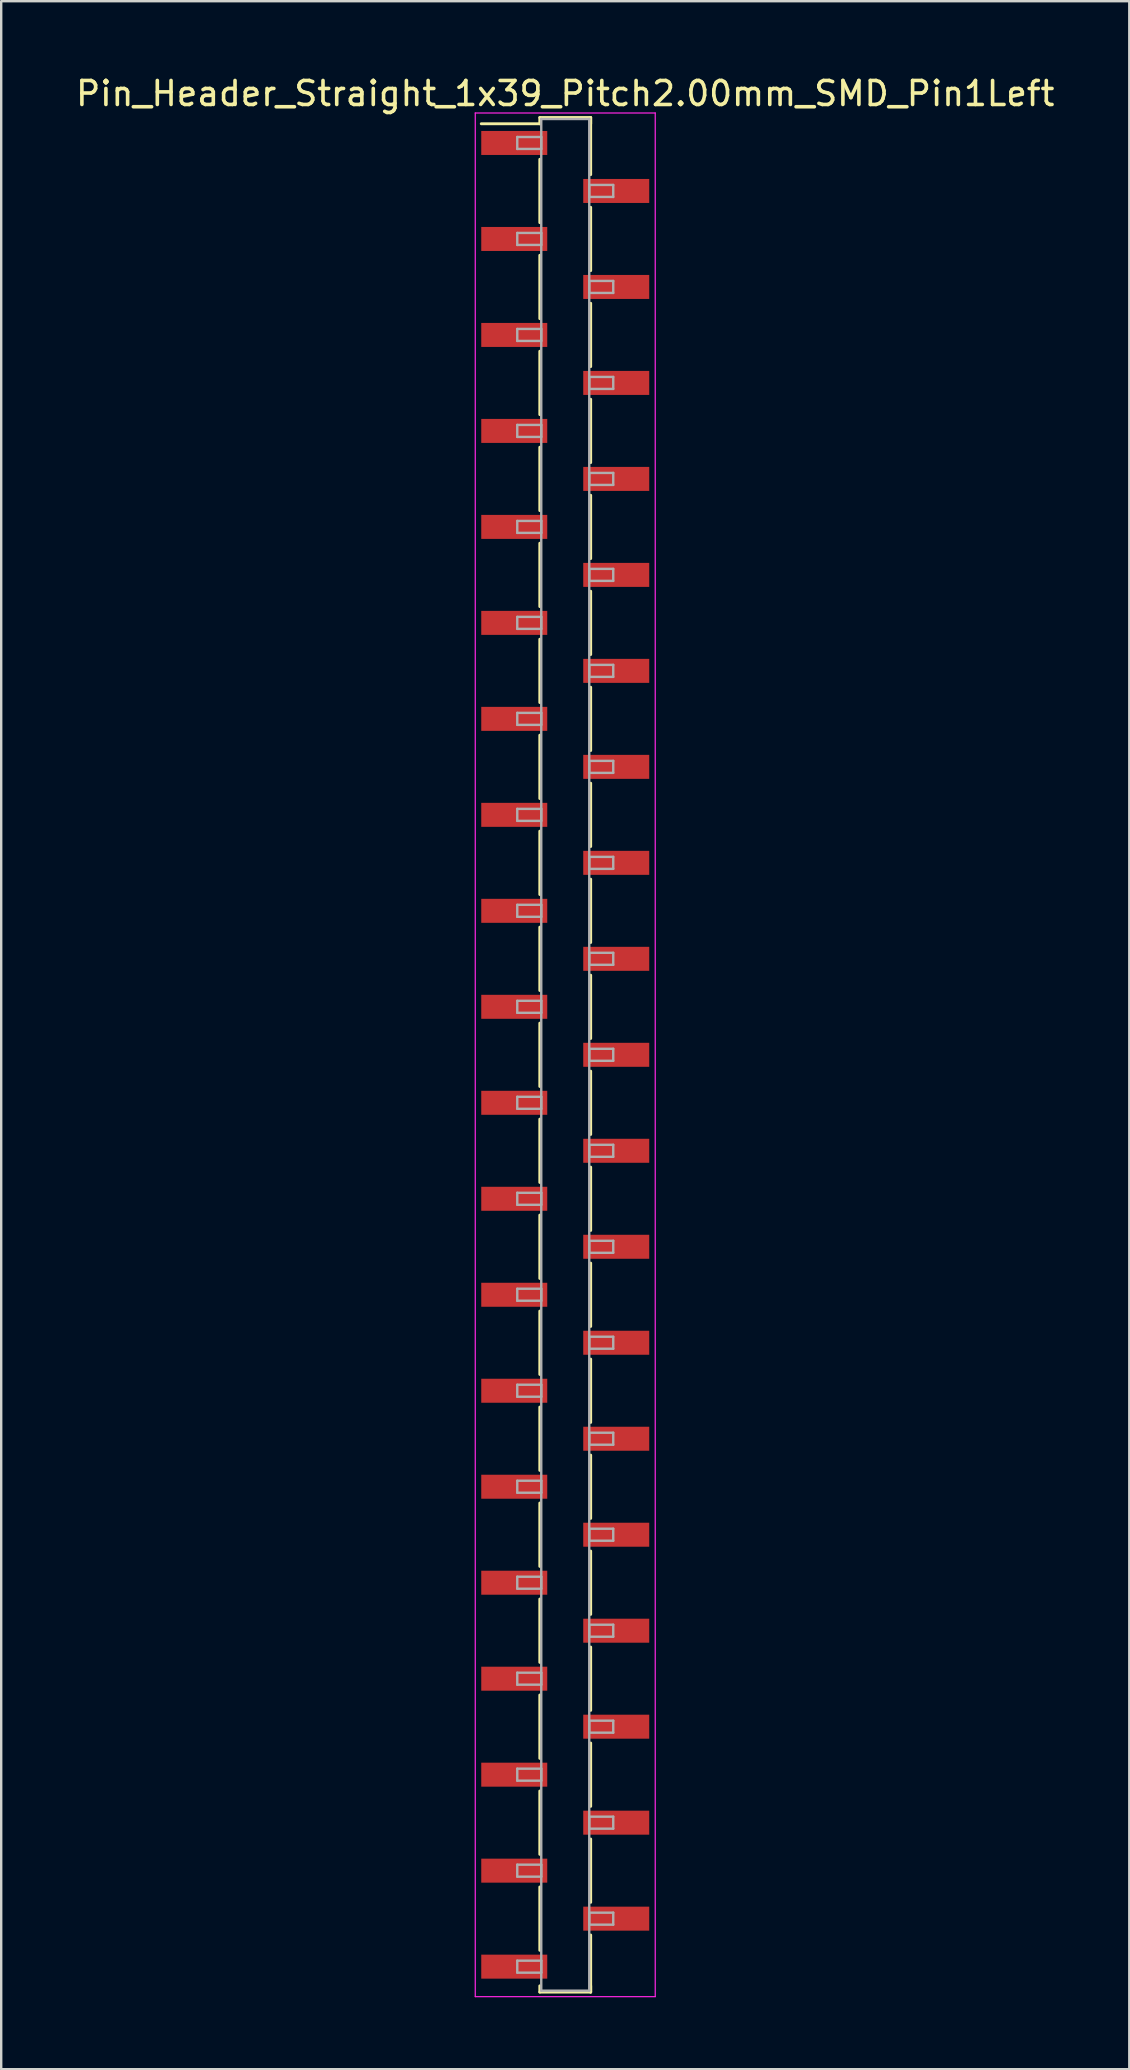
<source format=kicad_pcb>
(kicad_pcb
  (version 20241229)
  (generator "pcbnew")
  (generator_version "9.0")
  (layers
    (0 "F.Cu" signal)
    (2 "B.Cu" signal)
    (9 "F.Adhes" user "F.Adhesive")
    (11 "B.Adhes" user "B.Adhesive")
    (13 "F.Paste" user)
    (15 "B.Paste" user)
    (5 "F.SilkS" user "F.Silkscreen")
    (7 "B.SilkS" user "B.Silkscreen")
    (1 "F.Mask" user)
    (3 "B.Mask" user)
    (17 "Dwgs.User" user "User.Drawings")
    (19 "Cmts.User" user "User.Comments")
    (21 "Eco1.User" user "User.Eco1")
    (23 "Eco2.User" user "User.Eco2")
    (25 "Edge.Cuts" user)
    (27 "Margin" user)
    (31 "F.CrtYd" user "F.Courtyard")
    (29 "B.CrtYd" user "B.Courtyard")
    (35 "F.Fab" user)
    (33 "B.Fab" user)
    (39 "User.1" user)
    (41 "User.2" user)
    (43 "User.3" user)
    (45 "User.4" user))
  (footprint "Pin_Header_Straight_1x39_Pitch2.00mm_SMD_Pin1Left"
    (layer "F.Cu")
    (at 20.506 40.908)
    (property "Reference" "Pin_Header_Straight_1x39_Pitch2.00mm_SMD_Pin1Left" (at 0 -40.06 0) (layer "F.SilkS") (effects (font (size 1 1) (thickness 0.15))))
    (attr smd)
    (fp_line (start -1.06 -39.06) (end 1.06 -39.06) (stroke (width 0.12) (type solid)) (layer "F.SilkS"))
    (fp_line (start -1.06 -38.8) (end -3.5 -38.8) (stroke (width 0.12) (type solid)) (layer "F.SilkS"))
    (fp_line (start -1.06 -38.8) (end -1.06 -39.06) (stroke (width 0.12) (type solid)) (layer "F.SilkS"))
    (fp_line (start -1.06 -37.32) (end -1.06 -34.68) (stroke (width 0.12) (type solid)) (layer "F.SilkS"))
    (fp_line (start -1.06 -33.32) (end -1.06 -30.68) (stroke (width 0.12) (type solid)) (layer "F.SilkS"))
    (fp_line (start -1.06 -29.32) (end -1.06 -26.68) (stroke (width 0.12) (type solid)) (layer "F.SilkS"))
    (fp_line (start -1.06 -25.32) (end -1.06 -22.68) (stroke (width 0.12) (type solid)) (layer "F.SilkS"))
    (fp_line (start -1.06 -21.32) (end -1.06 -18.68) (stroke (width 0.12) (type solid)) (layer "F.SilkS"))
    (fp_line (start -1.06 -17.32) (end -1.06 -14.68) (stroke (width 0.12) (type solid)) (layer "F.SilkS"))
    (fp_line (start -1.06 -13.32) (end -1.06 -10.68) (stroke (width 0.12) (type solid)) (layer "F.SilkS"))
    (fp_line (start -1.06 -9.32) (end -1.06 -6.68) (stroke (width 0.12) (type solid)) (layer "F.SilkS"))
    (fp_line (start -1.06 -5.32) (end -1.06 -2.68) (stroke (width 0.12) (type solid)) (layer "F.SilkS"))
    (fp_line (start -1.06 -1.32) (end -1.06 1.32) (stroke (width 0.12) (type solid)) (layer "F.SilkS"))
    (fp_line (start -1.06 2.68) (end -1.06 5.32) (stroke (width 0.12) (type solid)) (layer "F.SilkS"))
    (fp_line (start -1.06 6.68) (end -1.06 9.32) (stroke (width 0.12) (type solid)) (layer "F.SilkS"))
    (fp_line (start -1.06 10.68) (end -1.06 13.32) (stroke (width 0.12) (type solid)) (layer "F.SilkS"))
    (fp_line (start -1.06 14.68) (end -1.06 17.32) (stroke (width 0.12) (type solid)) (layer "F.SilkS"))
    (fp_line (start -1.06 18.68) (end -1.06 21.32) (stroke (width 0.12) (type solid)) (layer "F.SilkS"))
    (fp_line (start -1.06 22.68) (end -1.06 25.32) (stroke (width 0.12) (type solid)) (layer "F.SilkS"))
    (fp_line (start -1.06 26.68) (end -1.06 29.32) (stroke (width 0.12) (type solid)) (layer "F.SilkS"))
    (fp_line (start -1.06 30.68) (end -1.06 33.32) (stroke (width 0.12) (type solid)) (layer "F.SilkS"))
    (fp_line (start -1.06 34.68) (end -1.06 37.32) (stroke (width 0.12) (type solid)) (layer "F.SilkS"))
    (fp_line (start -1.06 38.8) (end -1.06 39.06) (stroke (width 0.12) (type solid)) (layer "F.SilkS"))
    (fp_line (start -1.06 39.06) (end 1.06 39.06) (stroke (width 0.12) (type solid)) (layer "F.SilkS"))
    (fp_line (start 1.06 -39.06) (end 1.06 -38.8) (stroke (width 0.12) (type solid)) (layer "F.SilkS"))
    (fp_line (start 1.06 -39.06) (end 1.06 -36.68) (stroke (width 0.12) (type solid)) (layer "F.SilkS"))
    (fp_line (start 1.06 -35.32) (end 1.06 -32.68) (stroke (width 0.12) (type solid)) (layer "F.SilkS"))
    (fp_line (start 1.06 -31.32) (end 1.06 -28.68) (stroke (width 0.12) (type solid)) (layer "F.SilkS"))
    (fp_line (start 1.06 -27.32) (end 1.06 -24.68) (stroke (width 0.12) (type solid)) (layer "F.SilkS"))
    (fp_line (start 1.06 -23.32) (end 1.06 -20.68) (stroke (width 0.12) (type solid)) (layer "F.SilkS"))
    (fp_line (start 1.06 -19.32) (end 1.06 -16.68) (stroke (width 0.12) (type solid)) (layer "F.SilkS"))
    (fp_line (start 1.06 -15.32) (end 1.06 -12.68) (stroke (width 0.12) (type solid)) (layer "F.SilkS"))
    (fp_line (start 1.06 -11.32) (end 1.06 -8.68) (stroke (width 0.12) (type solid)) (layer "F.SilkS"))
    (fp_line (start 1.06 -7.32) (end 1.06 -4.68) (stroke (width 0.12) (type solid)) (layer "F.SilkS"))
    (fp_line (start 1.06 -3.32) (end 1.06 -0.68) (stroke (width 0.12) (type solid)) (layer "F.SilkS"))
    (fp_line (start 1.06 0.68) (end 1.06 3.32) (stroke (width 0.12) (type solid)) (layer "F.SilkS"))
    (fp_line (start 1.06 4.68) (end 1.06 7.32) (stroke (width 0.12) (type solid)) (layer "F.SilkS"))
    (fp_line (start 1.06 8.68) (end 1.06 11.32) (stroke (width 0.12) (type solid)) (layer "F.SilkS"))
    (fp_line (start 1.06 12.68) (end 1.06 15.32) (stroke (width 0.12) (type solid)) (layer "F.SilkS"))
    (fp_line (start 1.06 16.68) (end 1.06 19.32) (stroke (width 0.12) (type solid)) (layer "F.SilkS"))
    (fp_line (start 1.06 20.68) (end 1.06 23.32) (stroke (width 0.12) (type solid)) (layer "F.SilkS"))
    (fp_line (start 1.06 24.68) (end 1.06 27.32) (stroke (width 0.12) (type solid)) (layer "F.SilkS"))
    (fp_line (start 1.06 28.68) (end 1.06 31.32) (stroke (width 0.12) (type solid)) (layer "F.SilkS"))
    (fp_line (start 1.06 32.68) (end 1.06 35.32) (stroke (width 0.12) (type solid)) (layer "F.SilkS"))
    (fp_line (start 1.06 36.68) (end 1.06 39.06) (stroke (width 0.12) (type solid)) (layer "F.SilkS"))
    (fp_line (start 1.06 39.06) (end 1.06 38.8) (stroke (width 0.12) (type solid)) (layer "F.SilkS"))
    (fp_line (start -3.75 -39.25) (end -3.75 39.25) (stroke (width 0.05) (type solid)) (layer "F.CrtYd"))
    (fp_line (start -3.75 39.25) (end 3.75 39.25) (stroke (width 0.05) (type solid)) (layer "F.CrtYd"))
    (fp_line (start 3.75 -39.25) (end -3.75 -39.25) (stroke (width 0.05) (type solid)) (layer "F.CrtYd"))
    (fp_line (start 3.75 39.25) (end 3.75 -39.25) (stroke (width 0.05) (type solid)) (layer "F.CrtYd"))
    (fp_line (start -2 -38.25) (end -1 -38.25) (stroke (width 0.1) (type solid)) (layer "F.Fab"))
    (fp_line (start -2 -37.75) (end -2 -38.25) (stroke (width 0.1) (type solid)) (layer "F.Fab"))
    (fp_line (start -2 -34.25) (end -1 -34.25) (stroke (width 0.1) (type solid)) (layer "F.Fab"))
    (fp_line (start -2 -33.75) (end -2 -34.25) (stroke (width 0.1) (type solid)) (layer "F.Fab"))
    (fp_line (start -2 -30.25) (end -1 -30.25) (stroke (width 0.1) (type solid)) (layer "F.Fab"))
    (fp_line (start -2 -29.75) (end -2 -30.25) (stroke (width 0.1) (type solid)) (layer "F.Fab"))
    (fp_line (start -2 -26.25) (end -1 -26.25) (stroke (width 0.1) (type solid)) (layer "F.Fab"))
    (fp_line (start -2 -25.75) (end -2 -26.25) (stroke (width 0.1) (type solid)) (layer "F.Fab"))
    (fp_line (start -2 -22.25) (end -1 -22.25) (stroke (width 0.1) (type solid)) (layer "F.Fab"))
    (fp_line (start -2 -21.75) (end -2 -22.25) (stroke (width 0.1) (type solid)) (layer "F.Fab"))
    (fp_line (start -2 -18.25) (end -1 -18.25) (stroke (width 0.1) (type solid)) (layer "F.Fab"))
    (fp_line (start -2 -17.75) (end -2 -18.25) (stroke (width 0.1) (type solid)) (layer "F.Fab"))
    (fp_line (start -2 -14.25) (end -1 -14.25) (stroke (width 0.1) (type solid)) (layer "F.Fab"))
    (fp_line (start -2 -13.75) (end -2 -14.25) (stroke (width 0.1) (type solid)) (layer "F.Fab"))
    (fp_line (start -2 -10.25) (end -1 -10.25) (stroke (width 0.1) (type solid)) (layer "F.Fab"))
    (fp_line (start -2 -9.75) (end -2 -10.25) (stroke (width 0.1) (type solid)) (layer "F.Fab"))
    (fp_line (start -2 -6.25) (end -1 -6.25) (stroke (width 0.1) (type solid)) (layer "F.Fab"))
    (fp_line (start -2 -5.75) (end -2 -6.25) (stroke (width 0.1) (type solid)) (layer "F.Fab"))
    (fp_line (start -2 -2.25) (end -1 -2.25) (stroke (width 0.1) (type solid)) (layer "F.Fab"))
    (fp_line (start -2 -1.75) (end -2 -2.25) (stroke (width 0.1) (type solid)) (layer "F.Fab"))
    (fp_line (start -2 1.75) (end -1 1.75) (stroke (width 0.1) (type solid)) (layer "F.Fab"))
    (fp_line (start -2 2.25) (end -2 1.75) (stroke (width 0.1) (type solid)) (layer "F.Fab"))
    (fp_line (start -2 5.75) (end -1 5.75) (stroke (width 0.1) (type solid)) (layer "F.Fab"))
    (fp_line (start -2 6.25) (end -2 5.75) (stroke (width 0.1) (type solid)) (layer "F.Fab"))
    (fp_line (start -2 9.75) (end -1 9.75) (stroke (width 0.1) (type solid)) (layer "F.Fab"))
    (fp_line (start -2 10.25) (end -2 9.75) (stroke (width 0.1) (type solid)) (layer "F.Fab"))
    (fp_line (start -2 13.75) (end -1 13.75) (stroke (width 0.1) (type solid)) (layer "F.Fab"))
    (fp_line (start -2 14.25) (end -2 13.75) (stroke (width 0.1) (type solid)) (layer "F.Fab"))
    (fp_line (start -2 17.75) (end -1 17.75) (stroke (width 0.1) (type solid)) (layer "F.Fab"))
    (fp_line (start -2 18.25) (end -2 17.75) (stroke (width 0.1) (type solid)) (layer "F.Fab"))
    (fp_line (start -2 21.75) (end -1 21.75) (stroke (width 0.1) (type solid)) (layer "F.Fab"))
    (fp_line (start -2 22.25) (end -2 21.75) (stroke (width 0.1) (type solid)) (layer "F.Fab"))
    (fp_line (start -2 25.75) (end -1 25.75) (stroke (width 0.1) (type solid)) (layer "F.Fab"))
    (fp_line (start -2 26.25) (end -2 25.75) (stroke (width 0.1) (type solid)) (layer "F.Fab"))
    (fp_line (start -2 29.75) (end -1 29.75) (stroke (width 0.1) (type solid)) (layer "F.Fab"))
    (fp_line (start -2 30.25) (end -2 29.75) (stroke (width 0.1) (type solid)) (layer "F.Fab"))
    (fp_line (start -2 33.75) (end -1 33.75) (stroke (width 0.1) (type solid)) (layer "F.Fab"))
    (fp_line (start -2 34.25) (end -2 33.75) (stroke (width 0.1) (type solid)) (layer "F.Fab"))
    (fp_line (start -2 37.75) (end -1 37.75) (stroke (width 0.1) (type solid)) (layer "F.Fab"))
    (fp_line (start -2 38.25) (end -2 37.75) (stroke (width 0.1) (type solid)) (layer "F.Fab"))
    (fp_line (start -1 -39) (end -1 39) (stroke (width 0.1) (type solid)) (layer "F.Fab"))
    (fp_line (start -1 -38.25) (end -1 -37.75) (stroke (width 0.1) (type solid)) (layer "F.Fab"))
    (fp_line (start -1 -37.75) (end -2 -37.75) (stroke (width 0.1) (type solid)) (layer "F.Fab"))
    (fp_line (start -1 -34.25) (end -1 -33.75) (stroke (width 0.1) (type solid)) (layer "F.Fab"))
    (fp_line (start -1 -33.75) (end -2 -33.75) (stroke (width 0.1) (type solid)) (layer "F.Fab"))
    (fp_line (start -1 -30.25) (end -1 -29.75) (stroke (width 0.1) (type solid)) (layer "F.Fab"))
    (fp_line (start -1 -29.75) (end -2 -29.75) (stroke (width 0.1) (type solid)) (layer "F.Fab"))
    (fp_line (start -1 -26.25) (end -1 -25.75) (stroke (width 0.1) (type solid)) (layer "F.Fab"))
    (fp_line (start -1 -25.75) (end -2 -25.75) (stroke (width 0.1) (type solid)) (layer "F.Fab"))
    (fp_line (start -1 -22.25) (end -1 -21.75) (stroke (width 0.1) (type solid)) (layer "F.Fab"))
    (fp_line (start -1 -21.75) (end -2 -21.75) (stroke (width 0.1) (type solid)) (layer "F.Fab"))
    (fp_line (start -1 -18.25) (end -1 -17.75) (stroke (width 0.1) (type solid)) (layer "F.Fab"))
    (fp_line (start -1 -17.75) (end -2 -17.75) (stroke (width 0.1) (type solid)) (layer "F.Fab"))
    (fp_line (start -1 -14.25) (end -1 -13.75) (stroke (width 0.1) (type solid)) (layer "F.Fab"))
    (fp_line (start -1 -13.75) (end -2 -13.75) (stroke (width 0.1) (type solid)) (layer "F.Fab"))
    (fp_line (start -1 -10.25) (end -1 -9.75) (stroke (width 0.1) (type solid)) (layer "F.Fab"))
    (fp_line (start -1 -9.75) (end -2 -9.75) (stroke (width 0.1) (type solid)) (layer "F.Fab"))
    (fp_line (start -1 -6.25) (end -1 -5.75) (stroke (width 0.1) (type solid)) (layer "F.Fab"))
    (fp_line (start -1 -5.75) (end -2 -5.75) (stroke (width 0.1) (type solid)) (layer "F.Fab"))
    (fp_line (start -1 -2.25) (end -1 -1.75) (stroke (width 0.1) (type solid)) (layer "F.Fab"))
    (fp_line (start -1 -1.75) (end -2 -1.75) (stroke (width 0.1) (type solid)) (layer "F.Fab"))
    (fp_line (start -1 1.75) (end -1 2.25) (stroke (width 0.1) (type solid)) (layer "F.Fab"))
    (fp_line (start -1 2.25) (end -2 2.25) (stroke (width 0.1) (type solid)) (layer "F.Fab"))
    (fp_line (start -1 5.75) (end -1 6.25) (stroke (width 0.1) (type solid)) (layer "F.Fab"))
    (fp_line (start -1 6.25) (end -2 6.25) (stroke (width 0.1) (type solid)) (layer "F.Fab"))
    (fp_line (start -1 9.75) (end -1 10.25) (stroke (width 0.1) (type solid)) (layer "F.Fab"))
    (fp_line (start -1 10.25) (end -2 10.25) (stroke (width 0.1) (type solid)) (layer "F.Fab"))
    (fp_line (start -1 13.75) (end -1 14.25) (stroke (width 0.1) (type solid)) (layer "F.Fab"))
    (fp_line (start -1 14.25) (end -2 14.25) (stroke (width 0.1) (type solid)) (layer "F.Fab"))
    (fp_line (start -1 17.75) (end -1 18.25) (stroke (width 0.1) (type solid)) (layer "F.Fab"))
    (fp_line (start -1 18.25) (end -2 18.25) (stroke (width 0.1) (type solid)) (layer "F.Fab"))
    (fp_line (start -1 21.75) (end -1 22.25) (stroke (width 0.1) (type solid)) (layer "F.Fab"))
    (fp_line (start -1 22.25) (end -2 22.25) (stroke (width 0.1) (type solid)) (layer "F.Fab"))
    (fp_line (start -1 25.75) (end -1 26.25) (stroke (width 0.1) (type solid)) (layer "F.Fab"))
    (fp_line (start -1 26.25) (end -2 26.25) (stroke (width 0.1) (type solid)) (layer "F.Fab"))
    (fp_line (start -1 29.75) (end -1 30.25) (stroke (width 0.1) (type solid)) (layer "F.Fab"))
    (fp_line (start -1 30.25) (end -2 30.25) (stroke (width 0.1) (type solid)) (layer "F.Fab"))
    (fp_line (start -1 33.75) (end -1 34.25) (stroke (width 0.1) (type solid)) (layer "F.Fab"))
    (fp_line (start -1 34.25) (end -2 34.25) (stroke (width 0.1) (type solid)) (layer "F.Fab"))
    (fp_line (start -1 37.75) (end -1 38.25) (stroke (width 0.1) (type solid)) (layer "F.Fab"))
    (fp_line (start -1 38.25) (end -2 38.25) (stroke (width 0.1) (type solid)) (layer "F.Fab"))
    (fp_line (start -1 39) (end 1 39) (stroke (width 0.1) (type solid)) (layer "F.Fab"))
    (fp_line (start 1 -39) (end -1 -39) (stroke (width 0.1) (type solid)) (layer "F.Fab"))
    (fp_line (start 1 -36.25) (end 1 -35.75) (stroke (width 0.1) (type solid)) (layer "F.Fab"))
    (fp_line (start 1 -35.75) (end 2 -35.75) (stroke (width 0.1) (type solid)) (layer "F.Fab"))
    (fp_line (start 1 -32.25) (end 1 -31.75) (stroke (width 0.1) (type solid)) (layer "F.Fab"))
    (fp_line (start 1 -31.75) (end 2 -31.75) (stroke (width 0.1) (type solid)) (layer "F.Fab"))
    (fp_line (start 1 -28.25) (end 1 -27.75) (stroke (width 0.1) (type solid)) (layer "F.Fab"))
    (fp_line (start 1 -27.75) (end 2 -27.75) (stroke (width 0.1) (type solid)) (layer "F.Fab"))
    (fp_line (start 1 -24.25) (end 1 -23.75) (stroke (width 0.1) (type solid)) (layer "F.Fab"))
    (fp_line (start 1 -23.75) (end 2 -23.75) (stroke (width 0.1) (type solid)) (layer "F.Fab"))
    (fp_line (start 1 -20.25) (end 1 -19.75) (stroke (width 0.1) (type solid)) (layer "F.Fab"))
    (fp_line (start 1 -19.75) (end 2 -19.75) (stroke (width 0.1) (type solid)) (layer "F.Fab"))
    (fp_line (start 1 -16.25) (end 1 -15.75) (stroke (width 0.1) (type solid)) (layer "F.Fab"))
    (fp_line (start 1 -15.75) (end 2 -15.75) (stroke (width 0.1) (type solid)) (layer "F.Fab"))
    (fp_line (start 1 -12.25) (end 1 -11.75) (stroke (width 0.1) (type solid)) (layer "F.Fab"))
    (fp_line (start 1 -11.75) (end 2 -11.75) (stroke (width 0.1) (type solid)) (layer "F.Fab"))
    (fp_line (start 1 -8.25) (end 1 -7.75) (stroke (width 0.1) (type solid)) (layer "F.Fab"))
    (fp_line (start 1 -7.75) (end 2 -7.75) (stroke (width 0.1) (type solid)) (layer "F.Fab"))
    (fp_line (start 1 -4.25) (end 1 -3.75) (stroke (width 0.1) (type solid)) (layer "F.Fab"))
    (fp_line (start 1 -3.75) (end 2 -3.75) (stroke (width 0.1) (type solid)) (layer "F.Fab"))
    (fp_line (start 1 -0.25) (end 1 0.25) (stroke (width 0.1) (type solid)) (layer "F.Fab"))
    (fp_line (start 1 0.25) (end 2 0.25) (stroke (width 0.1) (type solid)) (layer "F.Fab"))
    (fp_line (start 1 3.75) (end 1 4.25) (stroke (width 0.1) (type solid)) (layer "F.Fab"))
    (fp_line (start 1 4.25) (end 2 4.25) (stroke (width 0.1) (type solid)) (layer "F.Fab"))
    (fp_line (start 1 7.75) (end 1 8.25) (stroke (width 0.1) (type solid)) (layer "F.Fab"))
    (fp_line (start 1 8.25) (end 2 8.25) (stroke (width 0.1) (type solid)) (layer "F.Fab"))
    (fp_line (start 1 11.75) (end 1 12.25) (stroke (width 0.1) (type solid)) (layer "F.Fab"))
    (fp_line (start 1 12.25) (end 2 12.25) (stroke (width 0.1) (type solid)) (layer "F.Fab"))
    (fp_line (start 1 15.75) (end 1 16.25) (stroke (width 0.1) (type solid)) (layer "F.Fab"))
    (fp_line (start 1 16.25) (end 2 16.25) (stroke (width 0.1) (type solid)) (layer "F.Fab"))
    (fp_line (start 1 19.75) (end 1 20.25) (stroke (width 0.1) (type solid)) (layer "F.Fab"))
    (fp_line (start 1 20.25) (end 2 20.25) (stroke (width 0.1) (type solid)) (layer "F.Fab"))
    (fp_line (start 1 23.75) (end 1 24.25) (stroke (width 0.1) (type solid)) (layer "F.Fab"))
    (fp_line (start 1 24.25) (end 2 24.25) (stroke (width 0.1) (type solid)) (layer "F.Fab"))
    (fp_line (start 1 27.75) (end 1 28.25) (stroke (width 0.1) (type solid)) (layer "F.Fab"))
    (fp_line (start 1 28.25) (end 2 28.25) (stroke (width 0.1) (type solid)) (layer "F.Fab"))
    (fp_line (start 1 31.75) (end 1 32.25) (stroke (width 0.1) (type solid)) (layer "F.Fab"))
    (fp_line (start 1 32.25) (end 2 32.25) (stroke (width 0.1) (type solid)) (layer "F.Fab"))
    (fp_line (start 1 35.75) (end 1 36.25) (stroke (width 0.1) (type solid)) (layer "F.Fab"))
    (fp_line (start 1 36.25) (end 2 36.25) (stroke (width 0.1) (type solid)) (layer "F.Fab"))
    (fp_line (start 1 39) (end 1 -39) (stroke (width 0.1) (type solid)) (layer "F.Fab"))
    (fp_line (start 2 -36.25) (end 1 -36.25) (stroke (width 0.1) (type solid)) (layer "F.Fab"))
    (fp_line (start 2 -35.75) (end 2 -36.25) (stroke (width 0.1) (type solid)) (layer "F.Fab"))
    (fp_line (start 2 -32.25) (end 1 -32.25) (stroke (width 0.1) (type solid)) (layer "F.Fab"))
    (fp_line (start 2 -31.75) (end 2 -32.25) (stroke (width 0.1) (type solid)) (layer "F.Fab"))
    (fp_line (start 2 -28.25) (end 1 -28.25) (stroke (width 0.1) (type solid)) (layer "F.Fab"))
    (fp_line (start 2 -27.75) (end 2 -28.25) (stroke (width 0.1) (type solid)) (layer "F.Fab"))
    (fp_line (start 2 -24.25) (end 1 -24.25) (stroke (width 0.1) (type solid)) (layer "F.Fab"))
    (fp_line (start 2 -23.75) (end 2 -24.25) (stroke (width 0.1) (type solid)) (layer "F.Fab"))
    (fp_line (start 2 -20.25) (end 1 -20.25) (stroke (width 0.1) (type solid)) (layer "F.Fab"))
    (fp_line (start 2 -19.75) (end 2 -20.25) (stroke (width 0.1) (type solid)) (layer "F.Fab"))
    (fp_line (start 2 -16.25) (end 1 -16.25) (stroke (width 0.1) (type solid)) (layer "F.Fab"))
    (fp_line (start 2 -15.75) (end 2 -16.25) (stroke (width 0.1) (type solid)) (layer "F.Fab"))
    (fp_line (start 2 -12.25) (end 1 -12.25) (stroke (width 0.1) (type solid)) (layer "F.Fab"))
    (fp_line (start 2 -11.75) (end 2 -12.25) (stroke (width 0.1) (type solid)) (layer "F.Fab"))
    (fp_line (start 2 -8.25) (end 1 -8.25) (stroke (width 0.1) (type solid)) (layer "F.Fab"))
    (fp_line (start 2 -7.75) (end 2 -8.25) (stroke (width 0.1) (type solid)) (layer "F.Fab"))
    (fp_line (start 2 -4.25) (end 1 -4.25) (stroke (width 0.1) (type solid)) (layer "F.Fab"))
    (fp_line (start 2 -3.75) (end 2 -4.25) (stroke (width 0.1) (type solid)) (layer "F.Fab"))
    (fp_line (start 2 -0.25) (end 1 -0.25) (stroke (width 0.1) (type solid)) (layer "F.Fab"))
    (fp_line (start 2 0.25) (end 2 -0.25) (stroke (width 0.1) (type solid)) (layer "F.Fab"))
    (fp_line (start 2 3.75) (end 1 3.75) (stroke (width 0.1) (type solid)) (layer "F.Fab"))
    (fp_line (start 2 4.25) (end 2 3.75) (stroke (width 0.1) (type solid)) (layer "F.Fab"))
    (fp_line (start 2 7.75) (end 1 7.75) (stroke (width 0.1) (type solid)) (layer "F.Fab"))
    (fp_line (start 2 8.25) (end 2 7.75) (stroke (width 0.1) (type solid)) (layer "F.Fab"))
    (fp_line (start 2 11.75) (end 1 11.75) (stroke (width 0.1) (type solid)) (layer "F.Fab"))
    (fp_line (start 2 12.25) (end 2 11.75) (stroke (width 0.1) (type solid)) (layer "F.Fab"))
    (fp_line (start 2 15.75) (end 1 15.75) (stroke (width 0.1) (type solid)) (layer "F.Fab"))
    (fp_line (start 2 16.25) (end 2 15.75) (stroke (width 0.1) (type solid)) (layer "F.Fab"))
    (fp_line (start 2 19.75) (end 1 19.75) (stroke (width 0.1) (type solid)) (layer "F.Fab"))
    (fp_line (start 2 20.25) (end 2 19.75) (stroke (width 0.1) (type solid)) (layer "F.Fab"))
    (fp_line (start 2 23.75) (end 1 23.75) (stroke (width 0.1) (type solid)) (layer "F.Fab"))
    (fp_line (start 2 24.25) (end 2 23.75) (stroke (width 0.1) (type solid)) (layer "F.Fab"))
    (fp_line (start 2 27.75) (end 1 27.75) (stroke (width 0.1) (type solid)) (layer "F.Fab"))
    (fp_line (start 2 28.25) (end 2 27.75) (stroke (width 0.1) (type solid)) (layer "F.Fab"))
    (fp_line (start 2 31.75) (end 1 31.75) (stroke (width 0.1) (type solid)) (layer "F.Fab"))
    (fp_line (start 2 32.25) (end 2 31.75) (stroke (width 0.1) (type solid)) (layer "F.Fab"))
    (fp_line (start 2 35.75) (end 1 35.75) (stroke (width 0.1) (type solid)) (layer "F.Fab"))
    (fp_line (start 2 36.25) (end 2 35.75) (stroke (width 0.1) (type solid)) (layer "F.Fab"))
    (pad "1" smd rect (at -2.125 -38) (size 2.75 1) (layers "F.Cu" "F.Mask"))
    (pad "2" smd rect (at 2.125 -36) (size 2.75 1) (layers "F.Cu" "F.Mask"))
    (pad "3" smd rect (at -2.125 -34) (size 2.75 1) (layers "F.Cu" "F.Mask"))
    (pad "4" smd rect (at 2.125 -32) (size 2.75 1) (layers "F.Cu" "F.Mask"))
    (pad "5" smd rect (at -2.125 -30) (size 2.75 1) (layers "F.Cu" "F.Mask"))
    (pad "6" smd rect (at 2.125 -28) (size 2.75 1) (layers "F.Cu" "F.Mask"))
    (pad "7" smd rect (at -2.125 -26) (size 2.75 1) (layers "F.Cu" "F.Mask"))
    (pad "8" smd rect (at 2.125 -24) (size 2.75 1) (layers "F.Cu" "F.Mask"))
    (pad "9" smd rect (at -2.125 -22) (size 2.75 1) (layers "F.Cu" "F.Mask"))
    (pad "10" smd rect (at 2.125 -20) (size 2.75 1) (layers "F.Cu" "F.Mask"))
    (pad "11" smd rect (at -2.125 -18) (size 2.75 1) (layers "F.Cu" "F.Mask"))
    (pad "12" smd rect (at 2.125 -16) (size 2.75 1) (layers "F.Cu" "F.Mask"))
    (pad "13" smd rect (at -2.125 -14) (size 2.75 1) (layers "F.Cu" "F.Mask"))
    (pad "14" smd rect (at 2.125 -12) (size 2.75 1) (layers "F.Cu" "F.Mask"))
    (pad "15" smd rect (at -2.125 -10) (size 2.75 1) (layers "F.Cu" "F.Mask"))
    (pad "16" smd rect (at 2.125 -8) (size 2.75 1) (layers "F.Cu" "F.Mask"))
    (pad "17" smd rect (at -2.125 -6) (size 2.75 1) (layers "F.Cu" "F.Mask"))
    (pad "18" smd rect (at 2.125 -4) (size 2.75 1) (layers "F.Cu" "F.Mask"))
    (pad "19" smd rect (at -2.125 -2) (size 2.75 1) (layers "F.Cu" "F.Mask"))
    (pad "20" smd rect (at 2.125 0) (size 2.75 1) (layers "F.Cu" "F.Mask"))
    (pad "21" smd rect (at -2.125 2) (size 2.75 1) (layers "F.Cu" "F.Mask"))
    (pad "22" smd rect (at 2.125 4) (size 2.75 1) (layers "F.Cu" "F.Mask"))
    (pad "23" smd rect (at -2.125 6) (size 2.75 1) (layers "F.Cu" "F.Mask"))
    (pad "24" smd rect (at 2.125 8) (size 2.75 1) (layers "F.Cu" "F.Mask"))
    (pad "25" smd rect (at -2.125 10) (size 2.75 1) (layers "F.Cu" "F.Mask"))
    (pad "26" smd rect (at 2.125 12) (size 2.75 1) (layers "F.Cu" "F.Mask"))
    (pad "27" smd rect (at -2.125 14) (size 2.75 1) (layers "F.Cu" "F.Mask"))
    (pad "28" smd rect (at 2.125 16) (size 2.75 1) (layers "F.Cu" "F.Mask"))
    (pad "29" smd rect (at -2.125 18) (size 2.75 1) (layers "F.Cu" "F.Mask"))
    (pad "30" smd rect (at 2.125 20) (size 2.75 1) (layers "F.Cu" "F.Mask"))
    (pad "31" smd rect (at -2.125 22) (size 2.75 1) (layers "F.Cu" "F.Mask"))
    (pad "32" smd rect (at 2.125 24) (size 2.75 1) (layers "F.Cu" "F.Mask"))
    (pad "33" smd rect (at -2.125 26) (size 2.75 1) (layers "F.Cu" "F.Mask"))
    (pad "34" smd rect (at 2.125 28) (size 2.75 1) (layers "F.Cu" "F.Mask"))
    (pad "35" smd rect (at -2.125 30) (size 2.75 1) (layers "F.Cu" "F.Mask"))
    (pad "36" smd rect (at 2.125 32) (size 2.75 1) (layers "F.Cu" "F.Mask"))
    (pad "37" smd rect (at -2.125 34) (size 2.75 1) (layers "F.Cu" "F.Mask"))
    (pad "38" smd rect (at 2.125 36) (size 2.75 1) (layers "F.Cu" "F.Mask"))
    (pad "39" smd rect (at -2.125 38) (size 2.75 1) (layers "F.Cu" "F.Mask")))
  (gr_rect
    (start -3 -3)
    (end 44.012 83.183)
    (stroke (width 0.1) (type default))
    (fill no)
    (layer "Edge.Cuts")))
</source>
